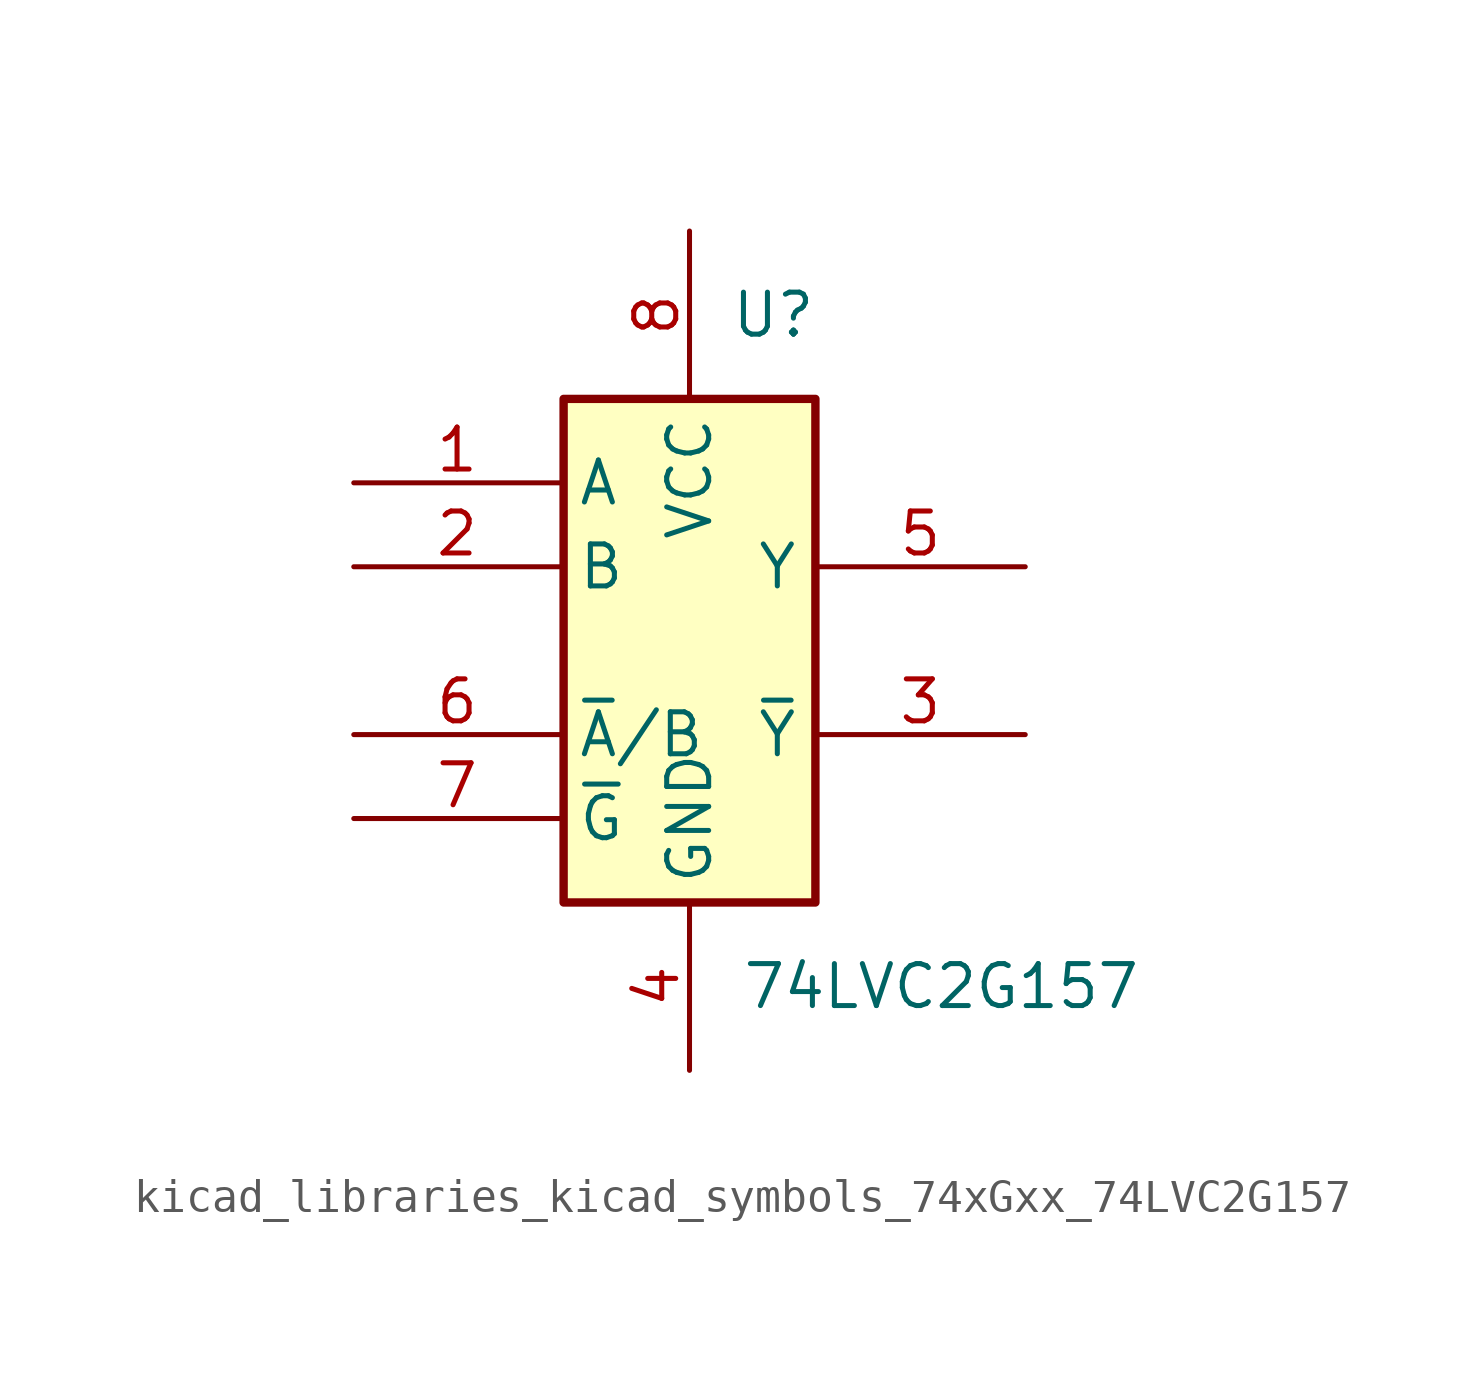
<source format=kicad_sym>
(kicad_symbol_lib
  (version 20220914)
  (generator kicad_symbol_editor)
  (symbol "kicad_libraries_kicad_symbols_74xGxx_74LVC2G157"
    (property "Reference" "U"
      (at 2.54 10.16 0)
      (effects (font (size 1.27 1.27))))
    (property "Value" "74LVC2G157"
      (at 7.62 -10.16 0)
      (effects (font (size 1.27 1.27))))
    (symbol "kicad_libraries_kicad_symbols_74xGxx_74LVC2G157_0_1"
      (rectangle (start -3.81 7.62) (end 3.81 -7.62) (stroke (width 0.254) (type default)) (fill (type background))))
    (symbol "kicad_libraries_kicad_symbols_74xGxx_74LVC2G157_1_1"
      (pin input line (at -10.16 5.08 0) (length 6.25) (name "A" (effects (font (size 1.27 1.27)))) (number "1" (effects (font (size 1.27 1.27)))))
      (pin input line (at -10.16 2.54 0) (length 6.25) (name "B" (effects (font (size 1.27 1.27)))) (number "2" (effects (font (size 1.27 1.27)))))
      (pin output line (at 10.16 -2.54 180) (length 6.35) (name "~{Y}" (effects (font (size 1.27 1.27)))) (number "3" (effects (font (size 1.27 1.27)))))
      (pin power_in line (at 0 -12.7 90) (length 5.08) (name "GND" (effects (font (size 1.27 1.27)))) (number "4" (effects (font (size 1.27 1.27)))))
      (pin output line (at 10.16 2.54 180) (length 6.35) (name "Y" (effects (font (size 1.27 1.27)))) (number "5" (effects (font (size 1.27 1.27)))))
      (pin input line (at -10.16 -2.54 0) (length 6.25) (name "~{A}/B" (effects (font (size 1.27 1.27)))) (number "6" (effects (font (size 1.27 1.27)))))
      (pin input line (at -10.16 -5.08 0) (length 6.25) (name "~{G}" (effects (font (size 1.27 1.27)))) (number "7" (effects (font (size 1.27 1.27)))))
      (pin power_in line (at 0 12.7 270) (length 5.08) (name "VCC" (effects (font (size 1.27 1.27)))) (number "8" (effects (font (size 1.27 1.27))))))))
</source>
